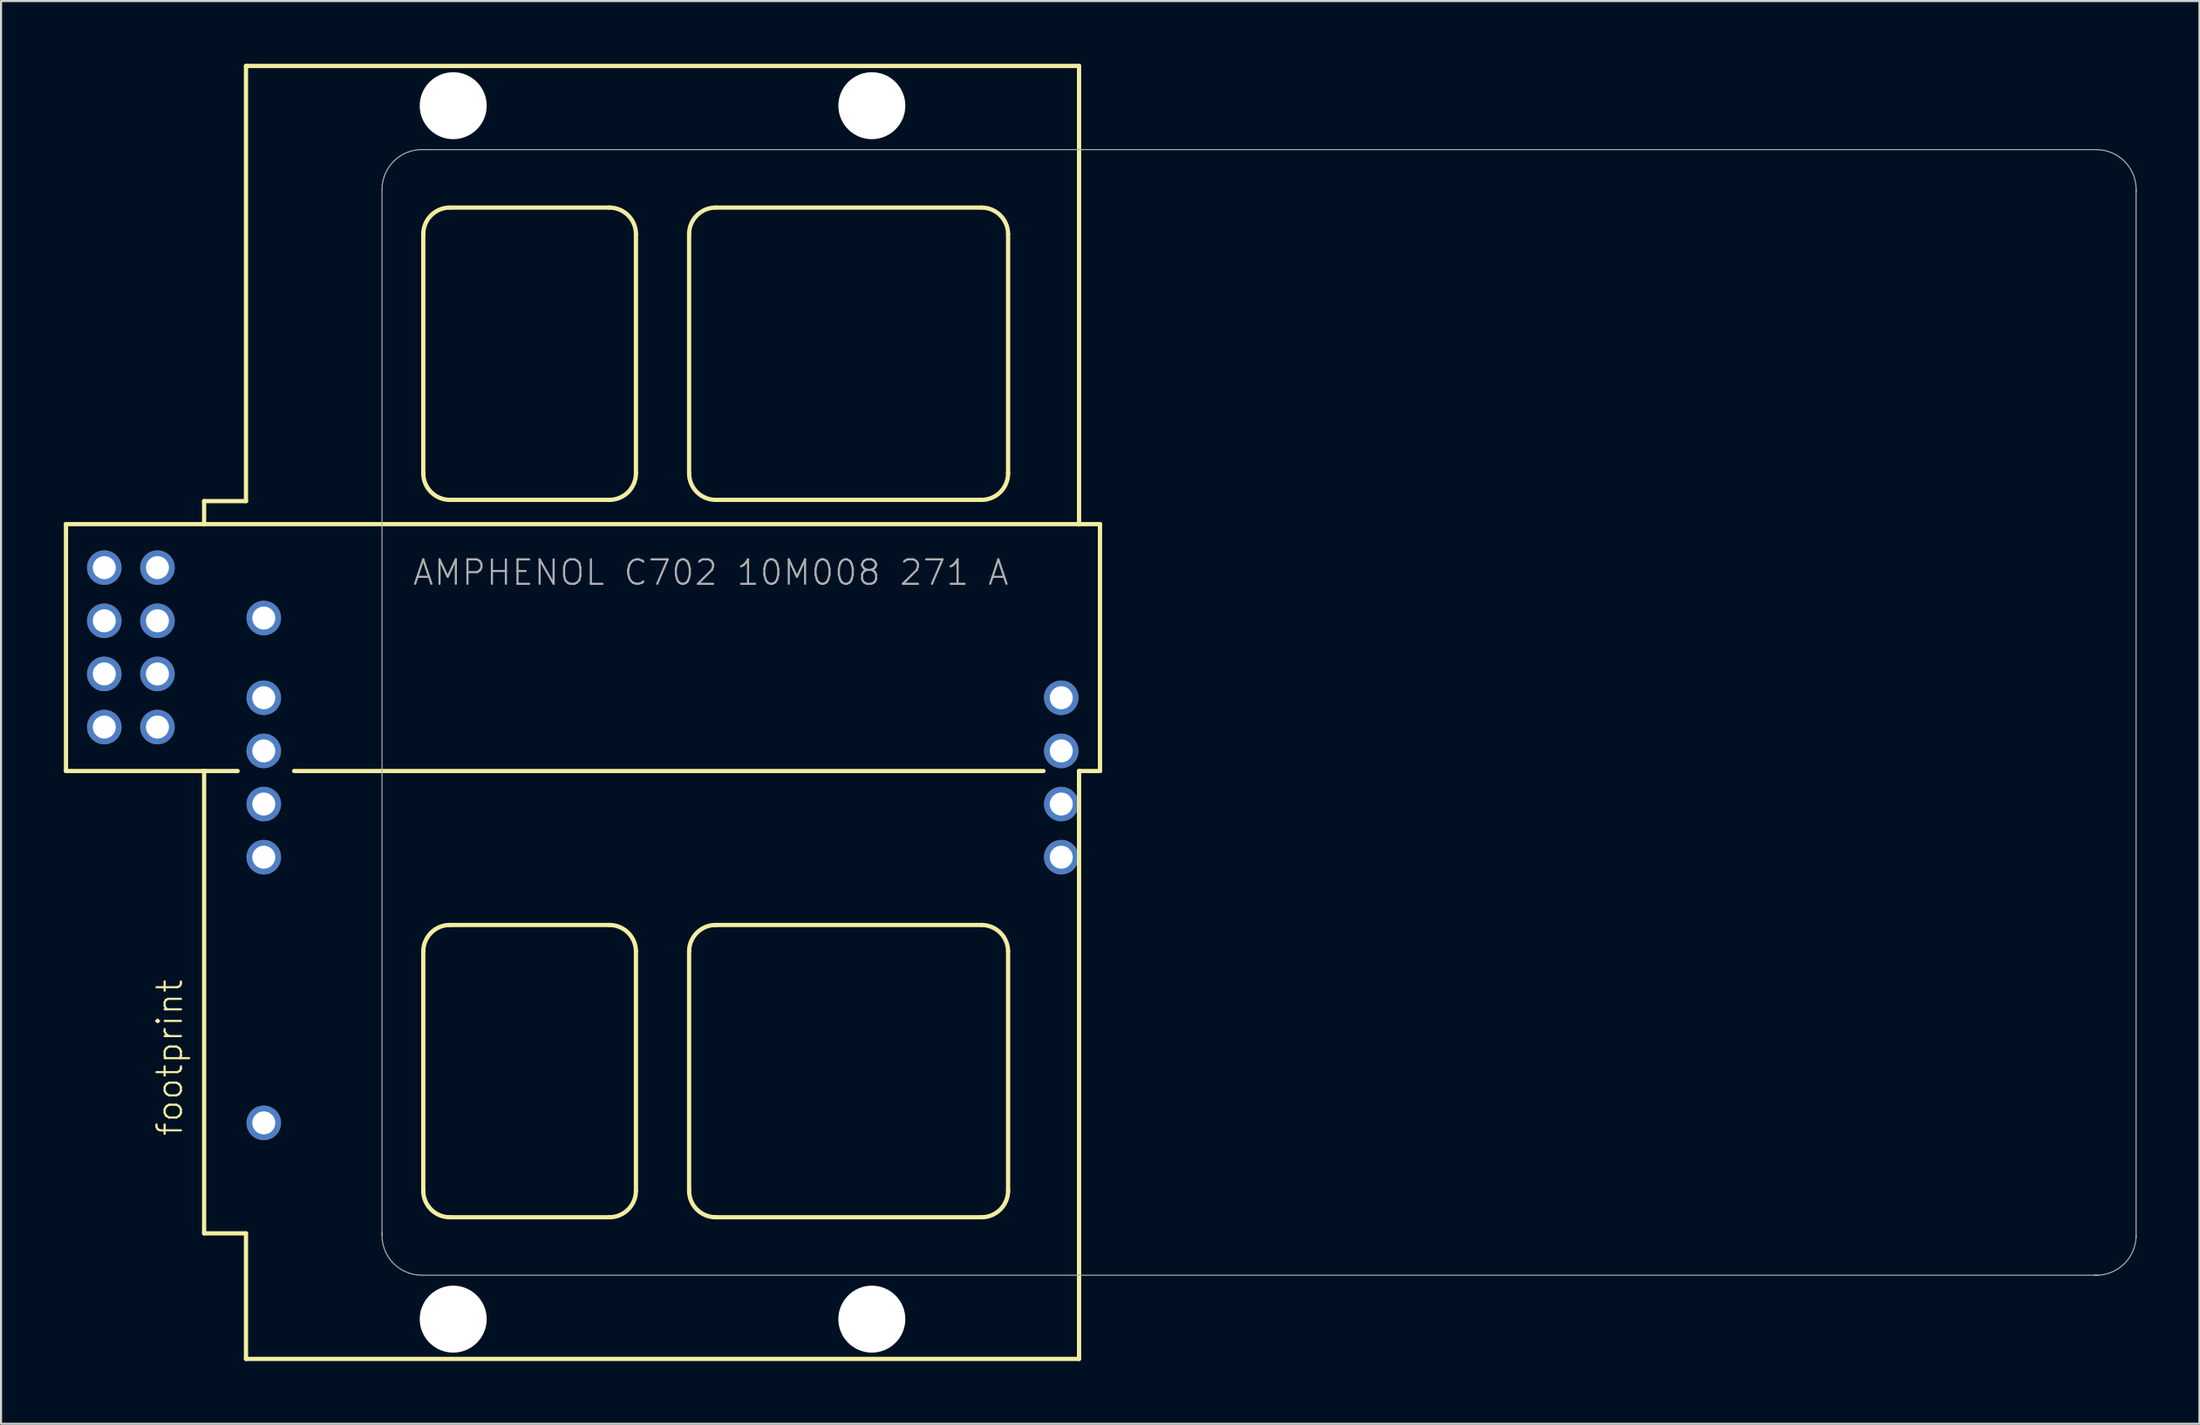
<source format=kicad_pcb>
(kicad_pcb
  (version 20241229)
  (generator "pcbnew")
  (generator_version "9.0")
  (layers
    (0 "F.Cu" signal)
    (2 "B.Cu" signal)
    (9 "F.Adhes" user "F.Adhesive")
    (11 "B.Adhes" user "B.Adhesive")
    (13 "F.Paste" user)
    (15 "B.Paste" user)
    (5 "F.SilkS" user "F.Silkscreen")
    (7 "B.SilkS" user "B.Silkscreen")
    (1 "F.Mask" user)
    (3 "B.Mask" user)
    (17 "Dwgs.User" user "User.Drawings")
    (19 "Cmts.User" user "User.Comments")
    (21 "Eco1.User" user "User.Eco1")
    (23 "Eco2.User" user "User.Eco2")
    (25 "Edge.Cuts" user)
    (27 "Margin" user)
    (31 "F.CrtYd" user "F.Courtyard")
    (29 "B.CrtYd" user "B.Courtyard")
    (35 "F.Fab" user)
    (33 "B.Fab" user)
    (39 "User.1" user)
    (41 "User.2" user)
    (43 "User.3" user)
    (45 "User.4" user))
  (footprint "footprint"
    (layer "F.Cu")
    (at 28.602 31.002)
    (property "Reference" "footprint" (at -22.86 20.32 90) (layer "F.SilkS") (effects (font (size 1.168 1.168) (thickness 0.102)) (justify left bottom)))
    (fp_line (start -28.5 -9) (end -21.9 -9) (stroke (width 0.203) (type solid)) (layer "F.SilkS"))
    (fp_line (start -28.5 2.8) (end -28.5 -9) (stroke (width 0.203) (type solid)) (layer "F.SilkS"))
    (fp_line (start -21.9 -10.1) (end -19.9 -10.1) (stroke (width 0.203) (type solid)) (layer "F.SilkS"))
    (fp_line (start -21.9 -9) (end -21.9 -10.1) (stroke (width 0.203) (type solid)) (layer "F.SilkS"))
    (fp_line (start -21.9 -9) (end 19.9 -9) (stroke (width 0.203) (type solid)) (layer "F.SilkS"))
    (fp_line (start -21.9 2.8) (end -28.5 2.8) (stroke (width 0.203) (type solid)) (layer "F.SilkS"))
    (fp_line (start -21.9 2.8) (end -20.3 2.8) (stroke (width 0.203) (type solid)) (layer "F.SilkS"))
    (fp_line (start -21.9 24.9) (end -21.9 2.8) (stroke (width 0.203) (type solid)) (layer "F.SilkS"))
    (fp_line (start -19.9 -30.9) (end 19.9 -30.9) (stroke (width 0.203) (type solid)) (layer "F.SilkS"))
    (fp_line (start -19.9 -10.1) (end -19.9 -30.9) (stroke (width 0.203) (type solid)) (layer "F.SilkS"))
    (fp_line (start -19.9 24.9) (end -21.9 24.9) (stroke (width 0.203) (type solid)) (layer "F.SilkS"))
    (fp_line (start -19.9 30.9) (end -19.9 24.9) (stroke (width 0.203) (type solid)) (layer "F.SilkS"))
    (fp_line (start -17.6 2.8) (end 18.2 2.8) (stroke (width 0.203) (type solid)) (layer "F.SilkS"))
    (fp_line (start -11.43 -11.43) (end -11.43 -22.86) (stroke (width 0.203) (type solid)) (layer "F.SilkS"))
    (fp_line (start -11.43 22.86) (end -11.43 11.43) (stroke (width 0.203) (type solid)) (layer "F.SilkS"))
    (fp_line (start -10.16 -24.13) (end -2.54 -24.13) (stroke (width 0.203) (type solid)) (layer "F.SilkS"))
    (fp_line (start -10.16 10.16) (end -2.54 10.16) (stroke (width 0.203) (type solid)) (layer "F.SilkS"))
    (fp_line (start -2.54 -10.16) (end -10.16 -10.16) (stroke (width 0.203) (type solid)) (layer "F.SilkS"))
    (fp_line (start -2.54 24.13) (end -10.16 24.13) (stroke (width 0.203) (type solid)) (layer "F.SilkS"))
    (fp_line (start -1.27 -22.86) (end -1.27 -11.43) (stroke (width 0.203) (type solid)) (layer "F.SilkS"))
    (fp_line (start -1.27 11.43) (end -1.27 22.86) (stroke (width 0.203) (type solid)) (layer "F.SilkS"))
    (fp_line (start 1.27 -11.43) (end 1.27 -22.86) (stroke (width 0.203) (type solid)) (layer "F.SilkS"))
    (fp_line (start 1.27 22.86) (end 1.27 11.43) (stroke (width 0.203) (type solid)) (layer "F.SilkS"))
    (fp_line (start 2.54 -24.13) (end 15.24 -24.13) (stroke (width 0.203) (type solid)) (layer "F.SilkS"))
    (fp_line (start 2.54 10.16) (end 15.24 10.16) (stroke (width 0.203) (type solid)) (layer "F.SilkS"))
    (fp_line (start 15.24 -10.16) (end 2.54 -10.16) (stroke (width 0.203) (type solid)) (layer "F.SilkS"))
    (fp_line (start 15.24 24.13) (end 2.54 24.13) (stroke (width 0.203) (type solid)) (layer "F.SilkS"))
    (fp_line (start 16.51 -22.86) (end 16.51 -11.43) (stroke (width 0.203) (type solid)) (layer "F.SilkS"))
    (fp_line (start 16.51 11.43) (end 16.51 22.86) (stroke (width 0.203) (type solid)) (layer "F.SilkS"))
    (fp_line (start 19.9 -30.9) (end 19.9 -9) (stroke (width 0.203) (type solid)) (layer "F.SilkS"))
    (fp_line (start 19.9 -9) (end 20.9 -9) (stroke (width 0.203) (type solid)) (layer "F.SilkS"))
    (fp_line (start 19.9 2.8) (end 19.9 30.9) (stroke (width 0.203) (type solid)) (layer "F.SilkS"))
    (fp_line (start 19.9 30.9) (end -19.9 30.9) (stroke (width 0.203) (type solid)) (layer "F.SilkS"))
    (fp_line (start 20.9 2.8) (end 19.9 2.8) (stroke (width 0.203) (type solid)) (layer "F.SilkS"))
    (fp_line (start 20.9 2.8) (end 20.9 -9) (stroke (width 0.203) (type solid)) (layer "F.SilkS"))
    (fp_arc (start -11.43 -22.86) (mid -11.058026 -23.758026) (end -10.16 -24.13) (stroke (width 0.2032) (type solid)) (layer "F.SilkS"))
    (fp_arc (start -11.43 11.43) (mid -11.058026 10.531974) (end -10.16 10.16) (stroke (width 0.2032) (type solid)) (layer "F.SilkS"))
    (fp_arc (start -10.16 -10.16) (mid -11.058026 -10.531974) (end -11.43 -11.43) (stroke (width 0.2032) (type solid)) (layer "F.SilkS"))
    (fp_arc (start -10.16 24.13) (mid -11.058026 23.758026) (end -11.43 22.86) (stroke (width 0.2032) (type solid)) (layer "F.SilkS"))
    (fp_arc (start -2.54 -24.13) (mid -1.641974 -23.758026) (end -1.27 -22.86) (stroke (width 0.2032) (type solid)) (layer "F.SilkS"))
    (fp_arc (start -2.54 10.16) (mid -1.641974 10.531974) (end -1.27 11.43) (stroke (width 0.2032) (type solid)) (layer "F.SilkS"))
    (fp_arc (start -1.27 -11.43) (mid -1.641974 -10.531974) (end -2.54 -10.16) (stroke (width 0.2032) (type solid)) (layer "F.SilkS"))
    (fp_arc (start -1.27 22.86) (mid -1.641974 23.758026) (end -2.54 24.13) (stroke (width 0.2032) (type solid)) (layer "F.SilkS"))
    (fp_arc (start 1.27 -22.86) (mid 1.641974 -23.758026) (end 2.54 -24.13) (stroke (width 0.2032) (type solid)) (layer "F.SilkS"))
    (fp_arc (start 1.27 11.43) (mid 1.641974 10.531974) (end 2.54 10.16) (stroke (width 0.2032) (type solid)) (layer "F.SilkS"))
    (fp_arc (start 2.54 -10.16) (mid 1.641974 -10.531974) (end 1.27 -11.43) (stroke (width 0.2032) (type solid)) (layer "F.SilkS"))
    (fp_arc (start 2.54 24.13) (mid 1.641974 23.758026) (end 1.27 22.86) (stroke (width 0.2032) (type solid)) (layer "F.SilkS"))
    (fp_arc (start 15.24 -24.13) (mid 16.138026 -23.758026) (end 16.51 -22.86) (stroke (width 0.2032) (type solid)) (layer "F.SilkS"))
    (fp_arc (start 15.24 10.16) (mid 16.138026 10.531974) (end 16.51 11.43) (stroke (width 0.2032) (type solid)) (layer "F.SilkS"))
    (fp_arc (start 16.51 -11.43) (mid 16.138026 -10.531974) (end 15.24 -10.16) (stroke (width 0.2032) (type solid)) (layer "F.SilkS"))
    (fp_arc (start 16.51 22.86) (mid 16.138026 23.758026) (end 15.24 24.13) (stroke (width 0.2032) (type solid)) (layer "F.SilkS"))
    (fp_line (start -13.4 25) (end -13.4 -25) (stroke (width 0.051) (type solid)) (layer "F.Fab"))
    (fp_line (start -11.4 -26.9) (end 68.5 -26.9) (stroke (width 0.051) (type solid)) (layer "F.Fab"))
    (fp_line (start 68.6 26.9) (end -11.5 26.9) (stroke (width 0.051) (type solid)) (layer "F.Fab"))
    (fp_line (start 70.4 -25) (end 70.4 25.1) (stroke (width 0.051) (type solid)) (layer "F.Fab"))
    (fp_arc (start -13.4 -25) (mid -12.807845 -26.379312) (end -11.399998 -26.9) (stroke (width 0.0508) (type solid)) (layer "F.Fab"))
    (fp_arc (start -11.499998 26.9) (mid -12.87931 26.307846) (end -13.4 24.9) (stroke (width 0.0508) (type solid)) (layer "F.Fab"))
    (fp_arc (start 68.5 -26.9) (mid 69.879312 -26.307845) (end 70.4 -24.899998) (stroke (width 0.0508) (type solid)) (layer "F.Fab"))
    (fp_arc (start 70.4 24.999998) (mid 69.807846 26.37931) (end 68.4 26.9) (stroke (width 0.0508) (type solid)) (layer "F.Fab"))
    (fp_text user "AMPHENOL C702 10M008 271 A" (at -12 -6 0) (layer "F.Fab") (effects (font (size 1.168 1.168) (thickness 0.102)) (justify left bottom)))
    (pad "" np_thru_hole circle (at -10 -29) (size 3.2 3.2) (drill 3.2) (layers "*.Cu" "*.Mask"))
    (pad "" np_thru_hole circle (at -10 29) (size 3.2 3.2) (drill 3.2) (layers "*.Cu" "*.Mask"))
    (pad "" np_thru_hole circle (at 10 -29) (size 3.2 3.2) (drill 3.2) (layers "*.Cu" "*.Mask"))
    (pad "" np_thru_hole circle (at 10 29) (size 3.2 3.2) (drill 3.2) (layers "*.Cu" "*.Mask"))
    (pad "C1" thru_hole circle (at -19.05 6.92) (size 1.65 1.65) (drill 1.1) (layers "*.Cu" "*.Mask"))
    (pad "C2" thru_hole circle (at -19.05 4.38) (size 1.65 1.65) (drill 1.1) (layers "*.Cu" "*.Mask"))
    (pad "C3" thru_hole circle (at -19.05 1.84) (size 1.65 1.65) (drill 1.1) (layers "*.Cu" "*.Mask"))
    (pad "C4" thru_hole circle (at -19.05 -0.7) (size 1.65 1.65) (drill 1.1) (layers "*.Cu" "*.Mask"))
    (pad "C5" thru_hole circle (at 19.05 6.92) (size 1.65 1.65) (drill 1.1) (layers "*.Cu" "*.Mask"))
    (pad "C6" thru_hole circle (at 19.05 4.38) (size 1.65 1.65) (drill 1.1) (layers "*.Cu" "*.Mask"))
    (pad "C7" thru_hole circle (at 19.05 1.84) (size 1.65 1.65) (drill 1.1) (layers "*.Cu" "*.Mask"))
    (pad "C8" thru_hole circle (at 19.05 -0.7) (size 1.65 1.65) (drill 1.1) (layers "*.Cu" "*.Mask"))
    (pad "C_1" thru_hole circle (at -24.13 -6.92) (size 1.65 1.65) (drill 1.1) (layers "*.Cu" "*.Mask"))
    (pad "C_2" thru_hole circle (at -24.13 -4.38) (size 1.65 1.65) (drill 1.1) (layers "*.Cu" "*.Mask"))
    (pad "C_3" thru_hole circle (at -24.13 -1.84) (size 1.65 1.65) (drill 1.1) (layers "*.Cu" "*.Mask"))
    (pad "C_4" thru_hole circle (at -24.13 0.7) (size 1.65 1.65) (drill 1.1) (layers "*.Cu" "*.Mask"))
    (pad "C_5" thru_hole circle (at -26.67 -6.92) (size 1.65 1.65) (drill 1.1) (layers "*.Cu" "*.Mask"))
    (pad "C_6" thru_hole circle (at -26.67 -4.38) (size 1.65 1.65) (drill 1.1) (layers "*.Cu" "*.Mask"))
    (pad "C_7" thru_hole circle (at -26.67 -1.84) (size 1.65 1.65) (drill 1.1) (layers "*.Cu" "*.Mask"))
    (pad "C_8" thru_hole circle (at -26.67 0.7) (size 1.65 1.65) (drill 1.1) (layers "*.Cu" "*.Mask"))
    (pad "S1" thru_hole circle (at -19.05 19.62) (size 1.65 1.65) (drill 1.1) (layers "*.Cu" "*.Mask"))
    (pad "S2" thru_hole circle (at -19.05 -4.51) (size 1.65 1.65) (drill 1.1) (layers "*.Cu" "*.Mask")))
  (gr_rect
    (start -3 -3)
    (end 102.029 65.003)
    (stroke (width 0.1) (type default))
    (fill no)
    (layer "Edge.Cuts")))
</source>
